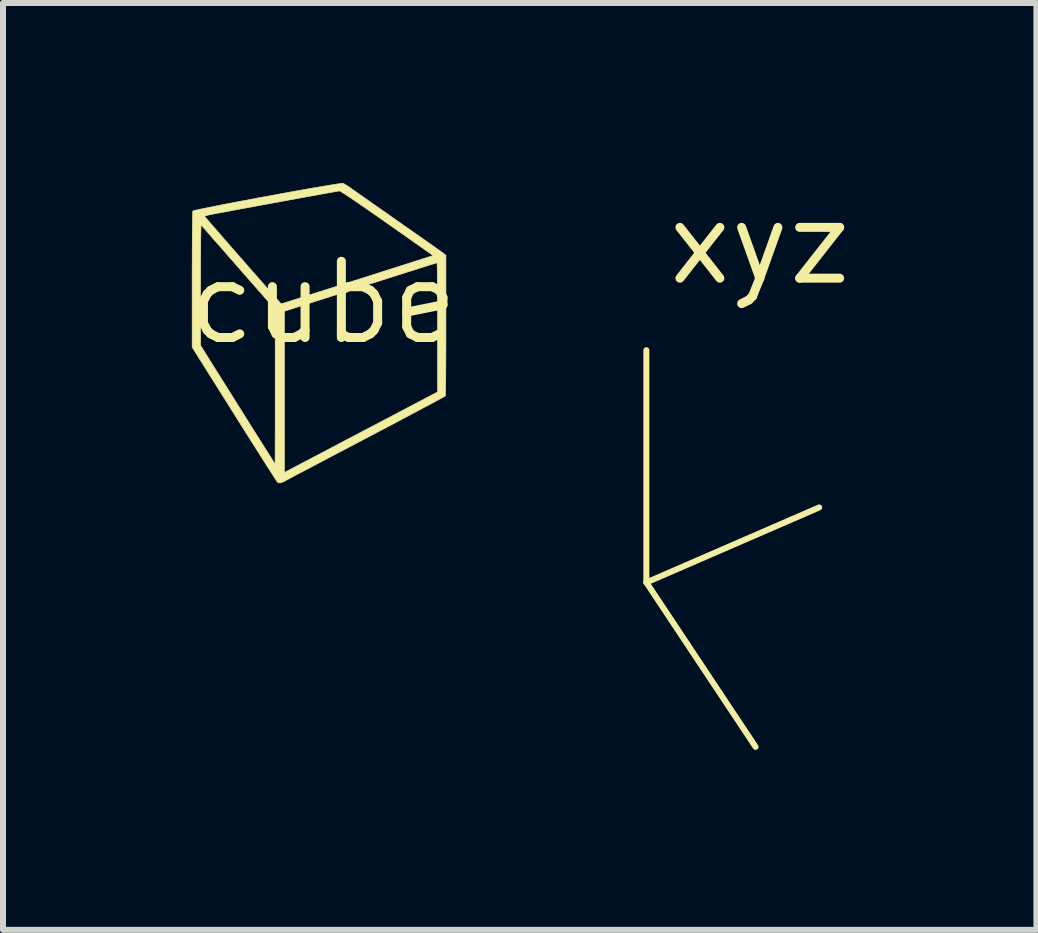
<source format=kicad_pcb>
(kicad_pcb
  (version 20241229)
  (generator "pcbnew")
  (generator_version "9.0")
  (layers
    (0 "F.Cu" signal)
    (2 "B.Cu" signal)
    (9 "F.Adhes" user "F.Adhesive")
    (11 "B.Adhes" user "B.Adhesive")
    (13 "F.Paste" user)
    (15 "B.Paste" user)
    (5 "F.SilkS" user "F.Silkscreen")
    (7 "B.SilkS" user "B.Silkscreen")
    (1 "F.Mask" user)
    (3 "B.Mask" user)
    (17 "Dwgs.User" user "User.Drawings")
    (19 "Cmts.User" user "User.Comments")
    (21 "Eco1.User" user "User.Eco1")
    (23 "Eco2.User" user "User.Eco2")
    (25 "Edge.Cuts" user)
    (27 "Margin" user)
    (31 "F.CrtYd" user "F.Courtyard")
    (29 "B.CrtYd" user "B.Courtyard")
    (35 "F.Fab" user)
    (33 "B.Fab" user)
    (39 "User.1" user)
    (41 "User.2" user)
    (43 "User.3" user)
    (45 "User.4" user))
  (footprint "xyz"
    (layer "F.Cu")
    (at 8.191 6.506)
    (property "Reference" "xyz" (at 1.42 -5.5 0) (layer "F.SilkS") (effects (font (size 1.27 1.27) (thickness 0.15))))
    (attr through_hole)
    (fp_line (start -0.47 -3.72) (end -0.47 0.15) (stroke (width 0.1) (type solid)) (layer "F.SilkS"))
    (fp_line (start -0.47 0.15) (end 1.35 2.89) (stroke (width 0.1) (type solid)) (layer "F.SilkS"))
    (fp_line (start -0.47 0.15) (end 2.41 -1.1) (stroke (width 0.1) (type solid)) (layer "F.SilkS")))
  (footprint "cube"
    (layer "F.Cu")
    (at 2.336 1.994)
    (property "Reference" "cube" (at 0 0 0) (layer "F.SilkS") (effects (font (size 1.27 1.27) (thickness 0.15))))
    (attr through_hole)
    (fp_poly (pts (xy 0.331 -1.989) (xy 0.354 -1.977) (xy 0.392 -1.953) (xy 0.439 -1.923) (xy 0.47 -1.901) (xy 0.5 -1.88) (xy 0.548 -1.846) (xy 0.613 -1.8) (xy 0.692 -1.745) (xy 0.783 -1.681) (xy 0.885 -1.609) (xy 0.995 -1.533) (xy 1.11 -1.452) (xy 1.229 -1.368) (xy 1.245 -1.357) (xy 1.363 -1.274) (xy 1.476 -1.195) (xy 1.583 -1.12) (xy 1.682 -1.051) (xy 1.769 -0.989) (xy 1.845 -0.936) (xy 1.906 -0.893) (xy 1.95 -0.861) (xy 1.976 -0.843) (xy 1.978 -0.841) (xy 2.045 -0.791) (xy 2.045 0.374) (xy 2.045 0.544) (xy 2.045 0.707) (xy 2.044 0.861) (xy 2.043 1.004) (xy 2.043 1.134) (xy 2.042 1.251) (xy 2.041 1.351) (xy 2.039 1.433) (xy 2.038 1.495) (xy 2.037 1.536) (xy 2.035 1.553) (xy 2.035 1.553) (xy 2.023 1.561) (xy 1.99 1.58) (xy 1.937 1.609) (xy 1.865 1.648) (xy 1.777 1.695) (xy 1.673 1.75) (xy 1.556 1.813) (xy 1.425 1.883) (xy 1.283 1.958) (xy 1.132 2.038) (xy 0.972 2.122) (xy 0.805 2.21) (xy 0.705 2.263) (xy 0.534 2.353) (xy 0.368 2.44) (xy 0.21 2.523) (xy 0.06 2.602) (xy -0.079 2.675) (xy -0.207 2.743) (xy -0.322 2.803) (xy -0.423 2.856) (xy -0.507 2.901) (xy -0.574 2.937) (xy -0.623 2.963) (xy -0.651 2.978) (xy -0.657 2.981) (xy -0.705 3.002) (xy -0.743 3.002) (xy -0.758 2.995) (xy -0.767 2.983) (xy -0.789 2.951) (xy -0.822 2.9) (xy -0.865 2.832) (xy -0.868 2.829) (xy -0.647 2.829) (xy -0.434 2.717) (xy -0.391 2.695) (xy -0.327 2.661) (xy -0.246 2.619) (xy -0.147 2.567) (xy -0.034 2.508) (xy 0.091 2.442) (xy 0.227 2.37) (xy 0.371 2.294) (xy 0.522 2.215) (xy 0.678 2.133) (xy 0.836 2.05) (xy 0.843 2.047) (xy 1.905 1.488) (xy 1.905 0.411) (xy 1.905 0.249) (xy 1.905 0.093) (xy 1.904 -0.053) (xy 1.904 -0.188) (xy 1.903 -0.31) (xy 1.902 -0.417) (xy 1.901 -0.507) (xy 1.9 -0.579) (xy 1.899 -0.63) (xy 1.897 -0.659) (xy 1.896 -0.665) (xy 1.883 -0.661) (xy 1.848 -0.65) (xy 1.791 -0.633) (xy 1.716 -0.609) (xy 1.623 -0.58) (xy 1.515 -0.545) (xy 1.392 -0.507) (xy 1.258 -0.464) (xy 1.113 -0.418) (xy 0.96 -0.369) (xy 0.799 -0.318) (xy 0.788 -0.315) (xy 0.623 -0.262) (xy 0.461 -0.211) (xy 0.306 -0.161) (xy 0.158 -0.114) (xy 0.02 -0.07) (xy -0.106 -0.03) (xy -0.217 0.006) (xy -0.313 0.036) (xy -0.39 0.06) (xy -0.447 0.078) (xy -0.479 0.089) (xy -0.647 0.142) (xy -0.647 1.485) (xy -0.647 2.829) (xy -0.868 2.829) (xy -0.919 2.749) (xy -0.982 2.65) (xy -1.052 2.539) (xy -1.13 2.417) (xy -1.214 2.284) (xy -1.303 2.143) (xy -1.397 1.994) (xy -1.479 1.863) (xy -2.184 0.741) (xy -2.184 -0.296) (xy -2.044 -0.296) (xy -2.044 0.713) (xy -1.425 1.7) (xy -1.335 1.844) (xy -1.249 1.981) (xy -1.167 2.111) (xy -1.091 2.231) (xy -1.022 2.341) (xy -0.961 2.438) (xy -0.908 2.521) (xy -0.865 2.59) (xy -0.833 2.641) (xy -0.812 2.674) (xy -0.803 2.687) (xy -0.803 2.687) (xy -0.802 2.675) (xy -0.802 2.639) (xy -0.802 2.581) (xy -0.801 2.502) (xy -0.801 2.405) (xy -0.801 2.291) (xy -0.8 2.162) (xy -0.8 2.019) (xy -0.8 1.864) (xy -0.8 1.699) (xy -0.8 1.526) (xy -0.8 1.401) (xy -0.8 0.113) (xy -1.411 -0.584) (xy -1.51 -0.698) (xy -1.606 -0.806) (xy -1.694 -0.908) (xy -1.776 -1) (xy -1.849 -1.083) (xy -1.911 -1.155) (xy -1.962 -1.213) (xy -2 -1.256) (xy -2.025 -1.283) (xy -2.033 -1.293) (xy -2.035 -1.283) (xy -2.037 -1.248) (xy -2.038 -1.192) (xy -2.04 -1.114) (xy -2.041 -1.017) (xy -2.042 -0.901) (xy -2.043 -0.769) (xy -2.044 -0.622) (xy -2.044 -0.461) (xy -2.044 -0.296) (xy -2.184 -0.296) (xy -2.184 -0.384) (xy -2.184 -0.556) (xy -2.183 -0.719) (xy -2.183 -0.872) (xy -2.182 -1.013) (xy -2.181 -1.141) (xy -2.18 -1.254) (xy -2.178 -1.349) (xy -2.177 -1.426) (xy -2.177 -1.44) (xy -1.978 -1.44) (xy -1.969 -1.43) (xy -1.946 -1.402) (xy -1.908 -1.358) (xy -1.859 -1.301) (xy -1.799 -1.233) (xy -1.73 -1.154) (xy -1.654 -1.066) (xy -1.573 -0.973) (xy -1.487 -0.874) (xy -1.398 -0.773) (xy -1.309 -0.671) (xy -1.22 -0.569) (xy -1.133 -0.47) (xy -1.049 -0.375) (xy -0.971 -0.286) (xy -0.9 -0.205) (xy -0.838 -0.134) (xy -0.785 -0.074) (xy -0.743 -0.027) (xy -0.715 0.004) (xy -0.702 0.019) (xy -0.701 0.02) (xy -0.688 0.016) (xy -0.653 0.005) (xy -0.598 -0.012) (xy -0.522 -0.036) (xy -0.43 -0.065) (xy -0.321 -0.1) (xy -0.198 -0.139) (xy -0.062 -0.182) (xy 0.085 -0.229) (xy 0.242 -0.278) (xy 0.406 -0.331) (xy 0.499 -0.361) (xy 0.669 -0.415) (xy 0.833 -0.467) (xy 0.989 -0.517) (xy 1.136 -0.564) (xy 1.272 -0.607) (xy 1.395 -0.646) (xy 1.504 -0.681) (xy 1.596 -0.71) (xy 1.67 -0.734) (xy 1.724 -0.751) (xy 1.756 -0.762) (xy 1.764 -0.764) (xy 1.832 -0.786) (xy 1.065 -1.325) (xy 0.936 -1.416) (xy 0.813 -1.501) (xy 0.7 -1.58) (xy 0.596 -1.651) (xy 0.504 -1.714) (xy 0.425 -1.767) (xy 0.361 -1.81) (xy 0.313 -1.84) (xy 0.283 -1.858) (xy 0.274 -1.863) (xy 0.258 -1.86) (xy 0.219 -1.853) (xy 0.16 -1.843) (xy 0.082 -1.829) (xy -0.013 -1.812) (xy -0.123 -1.792) (xy -0.245 -1.77) (xy -0.377 -1.746) (xy -0.518 -1.72) (xy -0.666 -1.693) (xy -0.818 -1.665) (xy -0.972 -1.637) (xy -1.126 -1.608) (xy -1.278 -1.58) (xy -1.427 -1.553) (xy -1.569 -1.526) (xy -1.703 -1.501) (xy -1.807 -1.482) (xy -1.869 -1.47) (xy -1.921 -1.458) (xy -1.959 -1.448) (xy -1.977 -1.442) (xy -1.978 -1.44) (xy -2.177 -1.44) (xy -2.175 -1.483) (xy -2.174 -1.517) (xy -2.172 -1.527) (xy -2.158 -1.533) (xy -2.121 -1.542) (xy -2.063 -1.555) (xy -1.986 -1.571) (xy -1.892 -1.59) (xy -1.784 -1.612) (xy -1.663 -1.636) (xy -1.531 -1.661) (xy -1.391 -1.688) (xy -1.244 -1.715) (xy -1.093 -1.744) (xy -0.94 -1.772) (xy -0.786 -1.8) (xy -0.635 -1.828) (xy -0.487 -1.855) (xy -0.345 -1.88) (xy -0.211 -1.904) (xy -0.087 -1.925) (xy 0.025 -1.944) (xy 0.122 -1.96) (xy 0.204 -1.973) (xy 0.267 -1.983) (xy 0.31 -1.988) (xy 0.33 -1.989) (xy 0.331 -1.989)) (stroke (width 0.01) (type solid)) (fill yes) (layer "F.SilkS")))
  (gr_rect
    (start -3 -3)
    (end 14.221 12.446)
    (stroke (width 0.1) (type default))
    (fill no)
    (layer "Edge.Cuts")))
</source>
